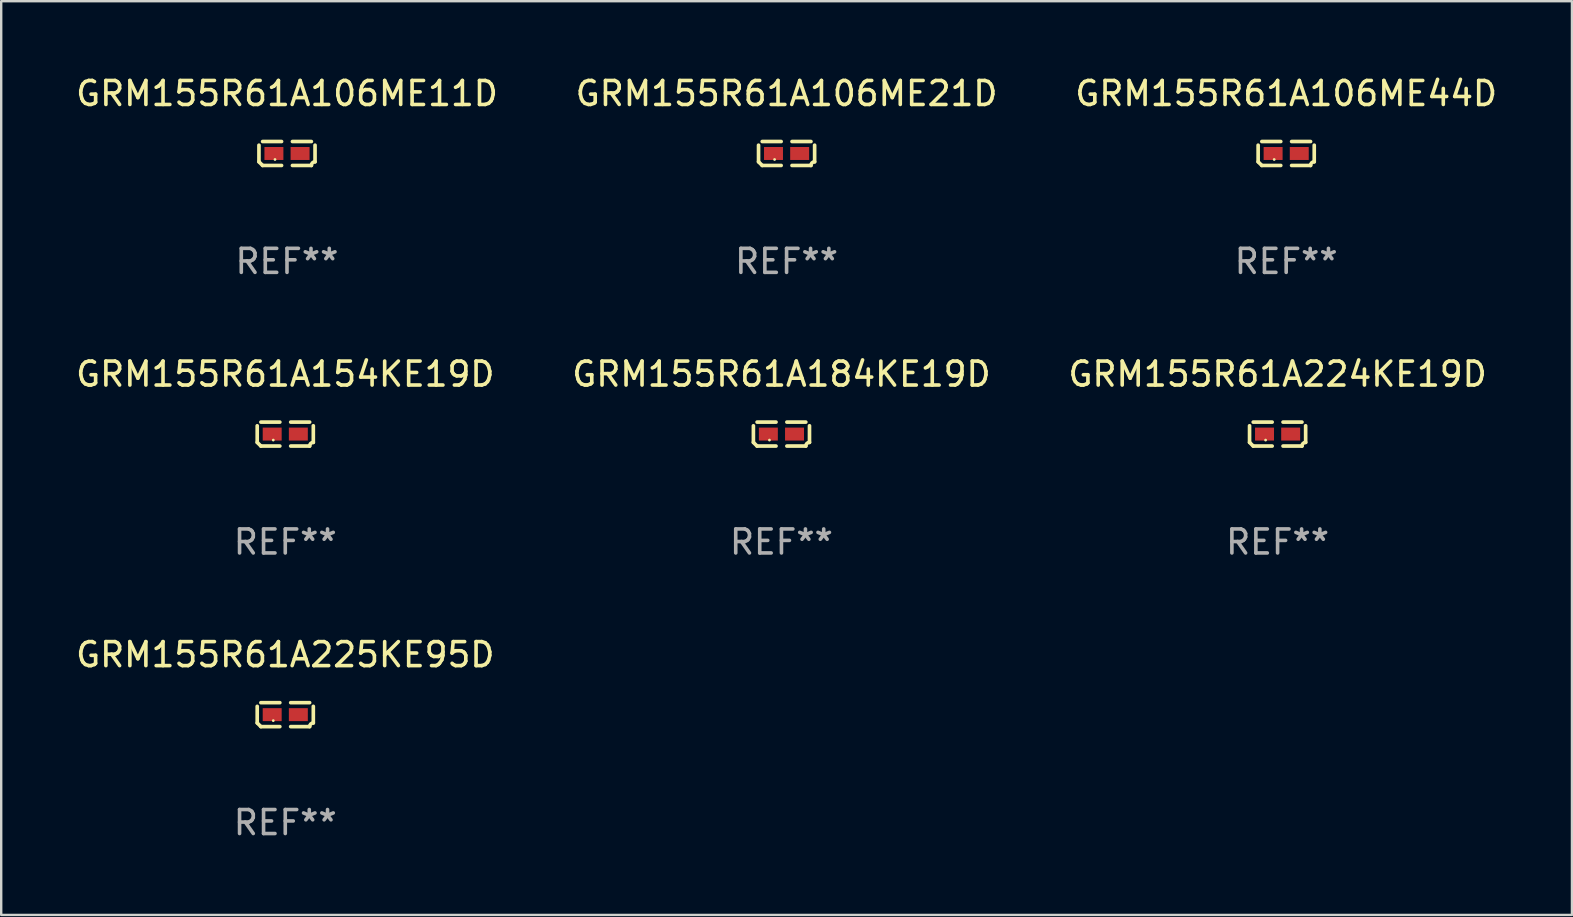
<source format=kicad_pcb>
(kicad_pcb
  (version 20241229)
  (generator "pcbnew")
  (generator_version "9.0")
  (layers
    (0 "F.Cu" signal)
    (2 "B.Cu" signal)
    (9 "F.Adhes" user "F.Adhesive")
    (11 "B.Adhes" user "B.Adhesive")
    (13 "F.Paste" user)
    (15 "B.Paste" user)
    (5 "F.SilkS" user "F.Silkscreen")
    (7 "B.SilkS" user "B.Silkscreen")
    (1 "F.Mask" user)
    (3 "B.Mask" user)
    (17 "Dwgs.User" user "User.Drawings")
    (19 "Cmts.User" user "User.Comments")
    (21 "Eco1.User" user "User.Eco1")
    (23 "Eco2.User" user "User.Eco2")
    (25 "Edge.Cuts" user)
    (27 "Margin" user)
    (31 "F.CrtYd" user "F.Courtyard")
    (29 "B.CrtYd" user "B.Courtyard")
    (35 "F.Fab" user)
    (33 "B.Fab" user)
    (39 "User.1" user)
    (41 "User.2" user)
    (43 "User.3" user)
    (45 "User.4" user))
  (footprint "GRM155R61A106ME21D"
    (layer "F.Cu")
    (at 29.732 3.347)
    (property "Reference" "GRM155R61A106ME21D" (at 0 -2.499 0) (layer "F.SilkS") (effects (font (size 1 1) (thickness 0.15))))
    (attr through_hole)
    (fp_line (start -1.169 0.346) (end -1.169 -0.346) (stroke (width 0.152) (type solid)) (layer "F.SilkS"))
    (fp_line (start -1.016 -0.499) (end -0.226 -0.499) (stroke (width 0.152) (type solid)) (layer "F.SilkS"))
    (fp_line (start -0.226 0.499) (end -1.016 0.499) (stroke (width 0.152) (type solid)) (layer "F.SilkS"))
    (fp_line (start 0.226 0.499) (end 1.016 0.499) (stroke (width 0.152) (type solid)) (layer "F.SilkS"))
    (fp_line (start 1.016 -0.499) (end 0.226 -0.499) (stroke (width 0.152) (type solid)) (layer "F.SilkS"))
    (fp_line (start 1.169 0.346) (end 1.169 -0.346) (stroke (width 0.152) (type solid)) (layer "F.SilkS"))
    (fp_arc (start -1.016307 0.498603) (mid -1.092512 0.422405) (end -1.16871 0.3462) (stroke (width 0.1524) (type solid)) (layer "F.SilkS"))
    (fp_arc (start 1.016307 0.498603) (mid 1.060899 0.390758) (end 1.168707 0.346076) (stroke (width 0.1524) (type solid)) (layer "F.SilkS"))
    (fp_circle (center -0.5 0.25) (end -0.47 0.25) (stroke (width 0.06) (type solid)) (fill no) (layer "F.SilkS"))
    (fp_text user "REF**" (at 0 4.499 0) (layer "F.Fab") (effects (font (size 1 1) (thickness 0.15))))
    (pad "1" smd rect (at -0.545 0) (size 0.79 0.54) (layers "F.Cu" "F.Mask" "F.Paste"))
    (pad "2" smd rect (at 0.545 0) (size 0.79 0.54) (layers "F.Cu" "F.Mask" "F.Paste")))
  (footprint "GRM155R61A106ME11D"
    (layer "F.Cu")
    (at 8.911 3.347)
    (property "Reference" "GRM155R61A106ME11D" (at 0 -2.499 0) (layer "F.SilkS") (effects (font (size 1 1) (thickness 0.15))))
    (attr through_hole)
    (fp_line (start -1.169 0.346) (end -1.169 -0.346) (stroke (width 0.152) (type solid)) (layer "F.SilkS"))
    (fp_line (start -1.016 -0.499) (end -0.226 -0.499) (stroke (width 0.152) (type solid)) (layer "F.SilkS"))
    (fp_line (start -0.226 0.499) (end -1.016 0.499) (stroke (width 0.152) (type solid)) (layer "F.SilkS"))
    (fp_line (start 0.226 0.499) (end 1.016 0.499) (stroke (width 0.152) (type solid)) (layer "F.SilkS"))
    (fp_line (start 1.016 -0.499) (end 0.226 -0.499) (stroke (width 0.152) (type solid)) (layer "F.SilkS"))
    (fp_line (start 1.169 0.346) (end 1.169 -0.346) (stroke (width 0.152) (type solid)) (layer "F.SilkS"))
    (fp_arc (start -1.016307 0.498603) (mid -1.092512 0.422405) (end -1.16871 0.3462) (stroke (width 0.1524) (type solid)) (layer "F.SilkS"))
    (fp_arc (start 1.016307 0.498603) (mid 1.060899 0.390758) (end 1.168707 0.346076) (stroke (width 0.1524) (type solid)) (layer "F.SilkS"))
    (fp_circle (center -0.5 0.25) (end -0.47 0.25) (stroke (width 0.06) (type solid)) (fill no) (layer "F.SilkS"))
    (fp_text user "REF**" (at 0 4.499 0) (layer "F.Fab") (effects (font (size 1 1) (thickness 0.15))))
    (pad "1" smd rect (at -0.545 0) (size 0.79 0.54) (layers "F.Cu" "F.Mask" "F.Paste"))
    (pad "2" smd rect (at 0.545 0) (size 0.79 0.54) (layers "F.Cu" "F.Mask" "F.Paste")))
  (footprint "GRM155R61A224KE19D"
    (layer "F.Cu")
    (at 50.196 15.041)
    (property "Reference" "GRM155R61A224KE19D" (at 0 -2.499 0) (layer "F.SilkS") (effects (font (size 1 1) (thickness 0.15))))
    (attr through_hole)
    (fp_line (start -1.169 0.346) (end -1.169 -0.346) (stroke (width 0.152) (type solid)) (layer "F.SilkS"))
    (fp_line (start -1.016 -0.499) (end -0.226 -0.499) (stroke (width 0.152) (type solid)) (layer "F.SilkS"))
    (fp_line (start -0.226 0.499) (end -1.016 0.499) (stroke (width 0.152) (type solid)) (layer "F.SilkS"))
    (fp_line (start 0.226 0.499) (end 1.016 0.499) (stroke (width 0.152) (type solid)) (layer "F.SilkS"))
    (fp_line (start 1.016 -0.499) (end 0.226 -0.499) (stroke (width 0.152) (type solid)) (layer "F.SilkS"))
    (fp_line (start 1.169 0.346) (end 1.169 -0.346) (stroke (width 0.152) (type solid)) (layer "F.SilkS"))
    (fp_arc (start -1.016307 0.498603) (mid -1.092512 0.422405) (end -1.16871 0.3462) (stroke (width 0.1524) (type solid)) (layer "F.SilkS"))
    (fp_arc (start 1.016307 0.498603) (mid 1.060899 0.390758) (end 1.168707 0.346076) (stroke (width 0.1524) (type solid)) (layer "F.SilkS"))
    (fp_circle (center -0.5 0.25) (end -0.47 0.25) (stroke (width 0.06) (type solid)) (fill no) (layer "F.SilkS"))
    (fp_text user "REF**" (at 0 4.499 0) (layer "F.Fab") (effects (font (size 1 1) (thickness 0.15))))
    (pad "1" smd rect (at -0.545 0) (size 0.79 0.54) (layers "F.Cu" "F.Mask" "F.Paste"))
    (pad "2" smd rect (at 0.545 0) (size 0.79 0.54) (layers "F.Cu" "F.Mask" "F.Paste")))
  (footprint "GRM155R61A184KE19D"
    (layer "F.Cu")
    (at 29.518 15.041)
    (property "Reference" "GRM155R61A184KE19D" (at 0 -2.499 0) (layer "F.SilkS") (effects (font (size 1 1) (thickness 0.15))))
    (attr through_hole)
    (fp_line (start -1.169 0.346) (end -1.169 -0.346) (stroke (width 0.152) (type solid)) (layer "F.SilkS"))
    (fp_line (start -1.016 -0.499) (end -0.226 -0.499) (stroke (width 0.152) (type solid)) (layer "F.SilkS"))
    (fp_line (start -0.226 0.499) (end -1.016 0.499) (stroke (width 0.152) (type solid)) (layer "F.SilkS"))
    (fp_line (start 0.226 0.499) (end 1.016 0.499) (stroke (width 0.152) (type solid)) (layer "F.SilkS"))
    (fp_line (start 1.016 -0.499) (end 0.226 -0.499) (stroke (width 0.152) (type solid)) (layer "F.SilkS"))
    (fp_line (start 1.169 0.346) (end 1.169 -0.346) (stroke (width 0.152) (type solid)) (layer "F.SilkS"))
    (fp_arc (start -1.016307 0.498603) (mid -1.092512 0.422405) (end -1.16871 0.3462) (stroke (width 0.1524) (type solid)) (layer "F.SilkS"))
    (fp_arc (start 1.016307 0.498603) (mid 1.060899 0.390758) (end 1.168707 0.346076) (stroke (width 0.1524) (type solid)) (layer "F.SilkS"))
    (fp_circle (center -0.5 0.25) (end -0.47 0.25) (stroke (width 0.06) (type solid)) (fill no) (layer "F.SilkS"))
    (fp_text user "REF**" (at 0 4.499 0) (layer "F.Fab") (effects (font (size 1 1) (thickness 0.15))))
    (pad "1" smd rect (at -0.545 0) (size 0.79 0.54) (layers "F.Cu" "F.Mask" "F.Paste"))
    (pad "2" smd rect (at 0.545 0) (size 0.79 0.54) (layers "F.Cu" "F.Mask" "F.Paste")))
  (footprint "GRM155R61A225KE95D"
    (layer "F.Cu")
    (at 8.839 26.734)
    (property "Reference" "GRM155R61A225KE95D" (at 0 -2.499 0) (layer "F.SilkS") (effects (font (size 1 1) (thickness 0.15))))
    (attr through_hole)
    (fp_line (start -1.169 0.346) (end -1.169 -0.346) (stroke (width 0.152) (type solid)) (layer "F.SilkS"))
    (fp_line (start -1.016 -0.499) (end -0.226 -0.499) (stroke (width 0.152) (type solid)) (layer "F.SilkS"))
    (fp_line (start -0.226 0.499) (end -1.016 0.499) (stroke (width 0.152) (type solid)) (layer "F.SilkS"))
    (fp_line (start 0.226 0.499) (end 1.016 0.499) (stroke (width 0.152) (type solid)) (layer "F.SilkS"))
    (fp_line (start 1.016 -0.499) (end 0.226 -0.499) (stroke (width 0.152) (type solid)) (layer "F.SilkS"))
    (fp_line (start 1.169 0.346) (end 1.169 -0.346) (stroke (width 0.152) (type solid)) (layer "F.SilkS"))
    (fp_arc (start -1.016307 0.498603) (mid -1.092512 0.422405) (end -1.16871 0.3462) (stroke (width 0.1524) (type solid)) (layer "F.SilkS"))
    (fp_arc (start 1.016307 0.498603) (mid 1.060899 0.390758) (end 1.168707 0.346076) (stroke (width 0.1524) (type solid)) (layer "F.SilkS"))
    (fp_circle (center -0.5 0.25) (end -0.47 0.25) (stroke (width 0.06) (type solid)) (fill no) (layer "F.SilkS"))
    (fp_text user "REF**" (at 0 4.499 0) (layer "F.Fab") (effects (font (size 1 1) (thickness 0.15))))
    (pad "1" smd rect (at -0.545 0) (size 0.79 0.54) (layers "F.Cu" "F.Mask" "F.Paste"))
    (pad "2" smd rect (at 0.545 0) (size 0.79 0.54) (layers "F.Cu" "F.Mask" "F.Paste")))
  (footprint "GRM155R61A154KE19D"
    (layer "F.Cu")
    (at 8.839 15.041)
    (property "Reference" "GRM155R61A154KE19D" (at 0 -2.499 0) (layer "F.SilkS") (effects (font (size 1 1) (thickness 0.15))))
    (attr through_hole)
    (fp_line (start -1.169 0.346) (end -1.169 -0.346) (stroke (width 0.152) (type solid)) (layer "F.SilkS"))
    (fp_line (start -1.016 -0.499) (end -0.226 -0.499) (stroke (width 0.152) (type solid)) (layer "F.SilkS"))
    (fp_line (start -0.226 0.499) (end -1.016 0.499) (stroke (width 0.152) (type solid)) (layer "F.SilkS"))
    (fp_line (start 0.226 0.499) (end 1.016 0.499) (stroke (width 0.152) (type solid)) (layer "F.SilkS"))
    (fp_line (start 1.016 -0.499) (end 0.226 -0.499) (stroke (width 0.152) (type solid)) (layer "F.SilkS"))
    (fp_line (start 1.169 0.346) (end 1.169 -0.346) (stroke (width 0.152) (type solid)) (layer "F.SilkS"))
    (fp_arc (start -1.016307 0.498603) (mid -1.092512 0.422405) (end -1.16871 0.3462) (stroke (width 0.1524) (type solid)) (layer "F.SilkS"))
    (fp_arc (start 1.016307 0.498603) (mid 1.060899 0.390758) (end 1.168707 0.346076) (stroke (width 0.1524) (type solid)) (layer "F.SilkS"))
    (fp_circle (center -0.5 0.25) (end -0.47 0.25) (stroke (width 0.06) (type solid)) (fill no) (layer "F.SilkS"))
    (fp_text user "REF**" (at 0 4.499 0) (layer "F.Fab") (effects (font (size 1 1) (thickness 0.15))))
    (pad "1" smd rect (at -0.545 0) (size 0.79 0.54) (layers "F.Cu" "F.Mask" "F.Paste"))
    (pad "2" smd rect (at 0.545 0) (size 0.79 0.54) (layers "F.Cu" "F.Mask" "F.Paste")))
  (footprint "GRM155R61A106ME44D"
    (layer "F.Cu")
    (at 50.554 3.347)
    (property "Reference" "GRM155R61A106ME44D" (at 0 -2.499 0) (layer "F.SilkS") (effects (font (size 1 1) (thickness 0.15))))
    (attr through_hole)
    (fp_line (start -1.169 0.346) (end -1.169 -0.346) (stroke (width 0.152) (type solid)) (layer "F.SilkS"))
    (fp_line (start -1.016 -0.499) (end -0.226 -0.499) (stroke (width 0.152) (type solid)) (layer "F.SilkS"))
    (fp_line (start -0.226 0.499) (end -1.016 0.499) (stroke (width 0.152) (type solid)) (layer "F.SilkS"))
    (fp_line (start 0.226 0.499) (end 1.016 0.499) (stroke (width 0.152) (type solid)) (layer "F.SilkS"))
    (fp_line (start 1.016 -0.499) (end 0.226 -0.499) (stroke (width 0.152) (type solid)) (layer "F.SilkS"))
    (fp_line (start 1.169 0.346) (end 1.169 -0.346) (stroke (width 0.152) (type solid)) (layer "F.SilkS"))
    (fp_arc (start -1.016307 0.498603) (mid -1.092512 0.422405) (end -1.16871 0.3462) (stroke (width 0.1524) (type solid)) (layer "F.SilkS"))
    (fp_arc (start 1.016307 0.498603) (mid 1.060899 0.390758) (end 1.168707 0.346076) (stroke (width 0.1524) (type solid)) (layer "F.SilkS"))
    (fp_circle (center -0.5 0.25) (end -0.47 0.25) (stroke (width 0.06) (type solid)) (fill no) (layer "F.SilkS"))
    (fp_text user "REF**" (at 0 4.499 0) (layer "F.Fab") (effects (font (size 1 1) (thickness 0.15))))
    (pad "1" smd rect (at -0.545 0) (size 0.79 0.54) (layers "F.Cu" "F.Mask" "F.Paste"))
    (pad "2" smd rect (at 0.545 0) (size 0.79 0.54) (layers "F.Cu" "F.Mask" "F.Paste")))
  (gr_rect
    (start -3 -3)
    (end 62.464 35.081)
    (stroke (width 0.1) (type default))
    (fill no)
    (layer "Edge.Cuts")))
</source>
